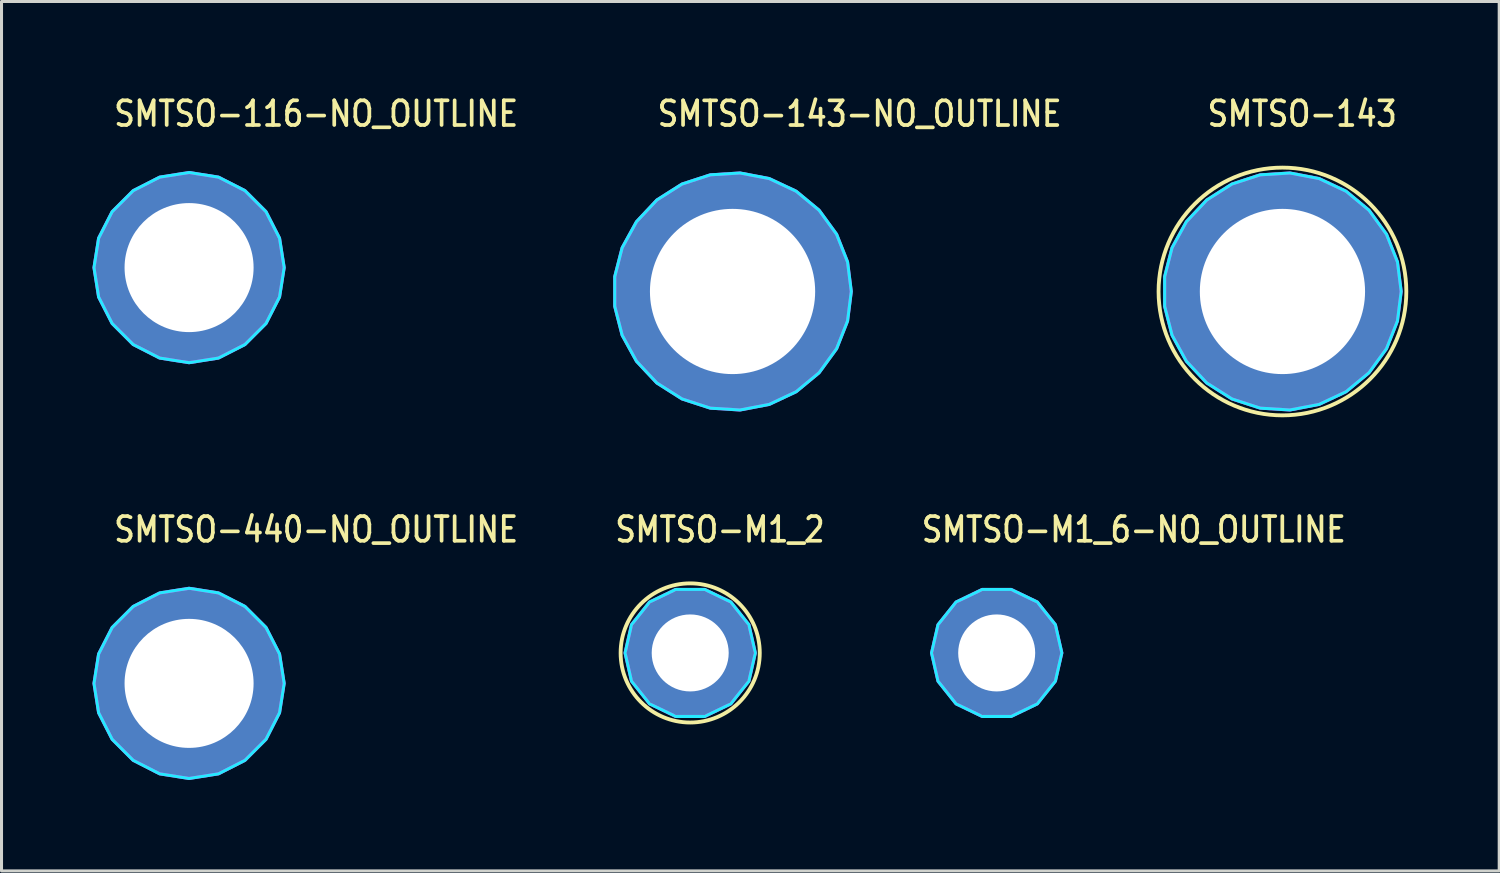
<source format=kicad_pcb>
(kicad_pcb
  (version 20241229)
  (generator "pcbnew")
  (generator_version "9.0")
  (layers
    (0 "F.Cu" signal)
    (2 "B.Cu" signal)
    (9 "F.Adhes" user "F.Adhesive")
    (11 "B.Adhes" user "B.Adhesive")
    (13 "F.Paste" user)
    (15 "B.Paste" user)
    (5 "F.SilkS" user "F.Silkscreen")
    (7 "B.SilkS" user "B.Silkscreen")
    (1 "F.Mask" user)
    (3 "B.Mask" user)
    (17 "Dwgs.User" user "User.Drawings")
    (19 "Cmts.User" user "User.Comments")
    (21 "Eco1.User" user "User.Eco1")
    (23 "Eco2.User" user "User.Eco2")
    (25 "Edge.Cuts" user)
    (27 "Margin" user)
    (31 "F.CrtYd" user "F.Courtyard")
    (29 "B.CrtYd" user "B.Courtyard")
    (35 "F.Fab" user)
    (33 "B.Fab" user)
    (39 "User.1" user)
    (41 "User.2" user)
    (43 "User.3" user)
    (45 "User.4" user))
  (footprint "SMTSO-440-NO_OUTLINE"
    (layer "F.Cu")
    (at 3.187 19.492)
    (property "Reference" "SMTSO-440-NO_OUTLINE" (at -2.54 -4.599 0) (unlocked yes) (layer "F.SilkS") (effects (font (size 0.813 0.695) (thickness 0.122)) (justify left bottom)))
    (fp_poly (pts (xy -2.974 -0.538) (xy 2.974 -0.538) (xy 2.138 -0.538) (xy -2.138 -0.538)) (stroke (width 0.076) (type solid)) (fill yes) (layer "F.Paste"))
    (fp_poly (pts (xy 2.974 0.538) (xy -2.974 0.538) (xy -2.138 0.538) (xy 2.138 0.538)) (stroke (width 0.076) (type solid)) (fill yes) (layer "F.Paste"))
    (fp_poly (pts (xy 3.137 0) (xy 2.984 -0.97) (xy 2.538 -1.844) (xy 1.844 -2.538) (xy 0.97 -2.984) (xy 0 -3.137) (xy -0.97 -2.984) (xy -1.844 -2.538) (xy -2.538 -1.844) (xy -2.984 -0.97) (xy -3.137 0) (xy -2.984 0.97) (xy -2.538 1.844) (xy -1.844 2.538) (xy -0.97 2.984) (xy 0 3.137) (xy 0.97 2.984) (xy 1.844 2.538) (xy 2.538 1.844) (xy 2.984 0.97)) (stroke (width 0.1) (type solid)) (fill no) (layer "B.CrtYd"))
    (fp_poly (pts (xy 3.137 0) (xy 2.984 -0.97) (xy 2.538 -1.844) (xy 1.844 -2.538) (xy 0.97 -2.984) (xy 0 -3.137) (xy -0.97 -2.984) (xy -1.844 -2.538) (xy -2.538 -1.844) (xy -2.984 -0.97) (xy -3.137 0) (xy -2.984 0.97) (xy -2.538 1.844) (xy -1.844 2.538) (xy -0.97 2.984) (xy 0 3.137) (xy 0.97 2.984) (xy 1.844 2.538) (xy 2.538 1.844) (xy 2.984 0.97)) (stroke (width 0.1) (type solid)) (fill no) (layer "F.CrtYd"))
    (pad "P$1" thru_hole oval (at 0 0) (size 6.198 6.198) (drill 4.256) (layers "*.Cu" "*.Mask")))
  (footprint "SMTSO-M1_6-NO_OUTLINE"
    (layer "F.Cu")
    (at 29.827 18.488)
    (property "Reference" "SMTSO-M1_6-NO_OUTLINE" (at -2.54 -3.595 0) (unlocked yes) (layer "F.SilkS") (effects (font (size 0.813 0.695) (thickness 0.122)) (justify left bottom)))
    (fp_poly (pts (xy -1.946 -0.538) (xy 1.946 -0.538) (xy 1.234 -0.538) (xy -1.234 -0.538)) (stroke (width 0.076) (type solid)) (fill yes) (layer "F.Paste"))
    (fp_poly (pts (xy 1.946 0.538) (xy -1.946 0.538) (xy -1.234 0.538) (xy 1.234 0.538)) (stroke (width 0.076) (type solid)) (fill yes) (layer "F.Paste"))
    (fp_poly (pts (xy 2.149 0) (xy 1.936 -0.932) (xy 1.34 -1.68) (xy 0.478 -2.095) (xy -0.478 -2.095) (xy -1.34 -1.68) (xy -1.936 -0.932) (xy -2.149 0) (xy -1.936 0.932) (xy -1.34 1.68) (xy -0.478 2.095) (xy 0.478 2.095) (xy 1.34 1.68) (xy 1.936 0.932)) (stroke (width 0.1) (type solid)) (fill no) (layer "B.CrtYd"))
    (fp_poly (pts (xy 2.149 0) (xy 1.936 -0.932) (xy 1.34 -1.68) (xy 0.478 -2.095) (xy -0.478 -2.095) (xy -1.34 -1.68) (xy -1.936 -0.932) (xy -2.149 0) (xy -1.936 0.932) (xy -1.34 1.68) (xy -0.478 2.095) (xy 0.478 2.095) (xy 1.34 1.68) (xy 1.936 0.932)) (stroke (width 0.1) (type solid)) (fill no) (layer "F.CrtYd"))
    (pad "P$1" thru_hole oval (at 0 0) (size 4.19 4.19) (drill 2.54) (layers "*.Cu" "*.Mask")))
  (footprint "SMTSO-116-NO_OUTLINE"
    (layer "F.Cu")
    (at 3.187 5.777)
    (property "Reference" "SMTSO-116-NO_OUTLINE" (at -2.54 -4.599 0) (unlocked yes) (layer "F.SilkS") (effects (font (size 0.813 0.695) (thickness 0.122)) (justify left bottom)))
    (fp_poly (pts (xy -2.974 -0.538) (xy 2.974 -0.538) (xy 2.138 -0.538) (xy -2.138 -0.538)) (stroke (width 0.076) (type solid)) (fill yes) (layer "F.Paste"))
    (fp_poly (pts (xy 2.974 0.538) (xy -2.974 0.538) (xy -2.138 0.538) (xy 2.138 0.538)) (stroke (width 0.076) (type solid)) (fill yes) (layer "F.Paste"))
    (fp_poly (pts (xy 3.137 0) (xy 2.984 -0.97) (xy 2.538 -1.844) (xy 1.844 -2.538) (xy 0.97 -2.984) (xy 0 -3.137) (xy -0.97 -2.984) (xy -1.844 -2.538) (xy -2.538 -1.844) (xy -2.984 -0.97) (xy -3.137 0) (xy -2.984 0.97) (xy -2.538 1.844) (xy -1.844 2.538) (xy -0.97 2.984) (xy 0 3.137) (xy 0.97 2.984) (xy 1.844 2.538) (xy 2.538 1.844) (xy 2.984 0.97)) (stroke (width 0.1) (type solid)) (fill no) (layer "B.CrtYd"))
    (fp_poly (pts (xy 3.137 0) (xy 2.984 -0.97) (xy 2.538 -1.844) (xy 1.844 -2.538) (xy 0.97 -2.984) (xy 0 -3.137) (xy -0.97 -2.984) (xy -1.844 -2.538) (xy -2.538 -1.844) (xy -2.984 -0.97) (xy -3.137 0) (xy -2.984 0.97) (xy -2.538 1.844) (xy -1.844 2.538) (xy -0.97 2.984) (xy 0 3.137) (xy 0.97 2.984) (xy 1.844 2.538) (xy 2.538 1.844) (xy 2.984 0.97)) (stroke (width 0.1) (type solid)) (fill no) (layer "F.CrtYd"))
    (pad "P$1" thru_hole oval (at 0 0) (size 6.198 6.198) (drill 4.256) (layers "*.Cu" "*.Mask")))
  (footprint "SMTSO-143-NO_OUTLINE"
    (layer "F.Cu")
    (at 21.114 6.565)
    (property "Reference" "SMTSO-143-NO_OUTLINE" (at -2.54 -5.386 0) (unlocked yes) (layer "F.SilkS") (effects (font (size 0.813 0.695) (thickness 0.122)) (justify left bottom)))
    (fp_poly (pts (xy -3.772 -0.538) (xy 3.772 -0.538) (xy 2.749 -0.538) (xy -2.749 -0.538)) (stroke (width 0.076) (type solid)) (fill yes) (layer "F.Paste"))
    (fp_poly (pts (xy 3.772 0.538) (xy -3.772 0.538) (xy -2.749 0.538) (xy 2.749 0.538)) (stroke (width 0.076) (type solid)) (fill yes) (layer "F.Paste"))
    (fp_poly (pts (xy 3.917 0) (xy 3.794 -0.974) (xy 3.433 -1.887) (xy 2.855 -2.681) (xy 2.099 -3.307) (xy 1.21 -3.725) (xy 0.246 -3.909) (xy -0.734 -3.848) (xy -1.668 -3.544) (xy -2.497 -3.018) (xy -3.169 -2.302) (xy -3.642 -1.442) (xy -3.886 -0.491) (xy -3.886 0.491) (xy -3.642 1.442) (xy -3.169 2.302) (xy -2.497 3.018) (xy -1.668 3.544) (xy -0.734 3.848) (xy 0.246 3.909) (xy 1.21 3.725) (xy 2.099 3.307) (xy 2.855 2.681) (xy 3.433 1.887) (xy 3.794 0.974)) (stroke (width 0.1) (type solid)) (fill no) (layer "B.CrtYd"))
    (fp_poly (pts (xy 3.917 0) (xy 3.794 -0.974) (xy 3.433 -1.887) (xy 2.855 -2.681) (xy 2.099 -3.307) (xy 1.21 -3.725) (xy 0.246 -3.909) (xy -0.734 -3.848) (xy -1.668 -3.544) (xy -2.497 -3.018) (xy -3.169 -2.302) (xy -3.642 -1.442) (xy -3.886 -0.491) (xy -3.886 0.491) (xy -3.642 1.442) (xy -3.169 2.302) (xy -2.497 3.018) (xy -1.668 3.544) (xy -0.734 3.848) (xy 0.246 3.909) (xy 1.21 3.725) (xy 2.099 3.307) (xy 2.855 2.681) (xy 3.433 1.887) (xy 3.794 0.974)) (stroke (width 0.1) (type solid)) (fill no) (layer "F.CrtYd"))
    (pad "P$1" thru_hole oval (at 0 0) (size 7.772 7.772) (drill 5.45) (layers "*.Cu" "*.Mask")))
  (footprint "SMTSO-M1_2"
    (layer "F.Cu")
    (at 19.717 18.488)
    (property "Reference" "SMTSO-M1_2" (at -2.54 -3.595 0) (unlocked yes) (layer "F.SilkS") (effects (font (size 0.813 0.695) (thickness 0.122)) (justify left bottom)))
    (fp_circle (center 0 0) (end 2.295 0) (stroke (width 0.127) (type solid)) (fill no) (layer "F.SilkS"))
    (fp_poly (pts (xy -1.946 -0.538) (xy 1.946 -0.538) (xy 1.234 -0.538) (xy -1.234 -0.538)) (stroke (width 0.076) (type solid)) (fill yes) (layer "F.Paste"))
    (fp_poly (pts (xy 1.946 0.538) (xy -1.946 0.538) (xy -1.234 0.538) (xy 1.234 0.538)) (stroke (width 0.076) (type solid)) (fill yes) (layer "F.Paste"))
    (fp_poly (pts (xy 2.149 0) (xy 1.936 -0.932) (xy 1.34 -1.68) (xy 0.478 -2.095) (xy -0.478 -2.095) (xy -1.34 -1.68) (xy -1.936 -0.932) (xy -2.149 0) (xy -1.936 0.932) (xy -1.34 1.68) (xy -0.478 2.095) (xy 0.478 2.095) (xy 1.34 1.68) (xy 1.936 0.932)) (stroke (width 0.1) (type solid)) (fill no) (layer "B.CrtYd"))
    (fp_poly (pts (xy 2.149 0) (xy 1.936 -0.932) (xy 1.34 -1.68) (xy 0.478 -2.095) (xy -0.478 -2.095) (xy -1.34 -1.68) (xy -1.936 -0.932) (xy -2.149 0) (xy -1.936 0.932) (xy -1.34 1.68) (xy -0.478 2.095) (xy 0.478 2.095) (xy 1.34 1.68) (xy 1.936 0.932)) (stroke (width 0.1) (type solid)) (fill no) (layer "F.CrtYd"))
    (pad "P$1" thru_hole oval (at 0 0) (size 4.19 4.19) (drill 2.54) (layers "*.Cu" "*.Mask")))
  (footprint "SMTSO-143"
    (layer "F.Cu")
    (at 39.253 6.565)
    (property "Reference" "SMTSO-143" (at -2.54 -5.386 0) (unlocked yes) (layer "F.SilkS") (effects (font (size 0.813 0.695) (thickness 0.122)) (justify left bottom)))
    (fp_circle (center 0 0) (end 4.086 0) (stroke (width 0.127) (type solid)) (fill no) (layer "F.SilkS"))
    (fp_poly (pts (xy -3.772 -0.538) (xy -0.538 -3.772) (xy -0.538 -2.749) (xy -2.749 -0.538)) (stroke (width 0.076) (type solid)) (fill yes) (layer "F.Paste"))
    (fp_poly (pts (xy -0.538 3.772) (xy -3.772 0.538) (xy -2.749 0.538) (xy -0.538 2.749)) (stroke (width 0.076) (type solid)) (fill yes) (layer "F.Paste"))
    (fp_poly (pts (xy 0.538 -3.772) (xy 3.772 -0.538) (xy 2.749 -0.538) (xy 0.538 -2.749)) (stroke (width 0.076) (type solid)) (fill yes) (layer "F.Paste"))
    (fp_poly (pts (xy 3.772 0.538) (xy 0.538 3.772) (xy 0.538 2.749) (xy 2.749 0.538)) (stroke (width 0.076) (type solid)) (fill yes) (layer "F.Paste"))
    (fp_poly (pts (xy 3.917 0) (xy 3.794 -0.974) (xy 3.433 -1.887) (xy 2.855 -2.681) (xy 2.099 -3.307) (xy 1.21 -3.725) (xy 0.246 -3.909) (xy -0.734 -3.848) (xy -1.668 -3.544) (xy -2.497 -3.018) (xy -3.169 -2.302) (xy -3.642 -1.442) (xy -3.886 -0.491) (xy -3.886 0.491) (xy -3.642 1.442) (xy -3.169 2.302) (xy -2.497 3.018) (xy -1.668 3.544) (xy -0.734 3.848) (xy 0.246 3.909) (xy 1.21 3.725) (xy 2.099 3.307) (xy 2.855 2.681) (xy 3.433 1.887) (xy 3.794 0.974)) (stroke (width 0.1) (type solid)) (fill no) (layer "B.CrtYd"))
    (fp_poly (pts (xy 3.917 0) (xy 3.794 -0.974) (xy 3.433 -1.887) (xy 2.855 -2.681) (xy 2.099 -3.307) (xy 1.21 -3.725) (xy 0.246 -3.909) (xy -0.734 -3.848) (xy -1.668 -3.544) (xy -2.497 -3.018) (xy -3.169 -2.302) (xy -3.642 -1.442) (xy -3.886 -0.491) (xy -3.886 0.491) (xy -3.642 1.442) (xy -3.169 2.302) (xy -2.497 3.018) (xy -1.668 3.544) (xy -0.734 3.848) (xy 0.246 3.909) (xy 1.21 3.725) (xy 2.099 3.307) (xy 2.855 2.681) (xy 3.433 1.887) (xy 3.794 0.974)) (stroke (width 0.1) (type solid)) (fill no) (layer "F.CrtYd"))
    (pad "P$1" thru_hole oval (at 0 0) (size 7.772 7.772) (drill 5.45) (layers "*.Cu" "*.Mask")))
  (gr_rect
    (start -3 -3)
    (end 46.403 25.679)
    (stroke (width 0.1) (type default))
    (fill no)
    (layer "Edge.Cuts")))
</source>
